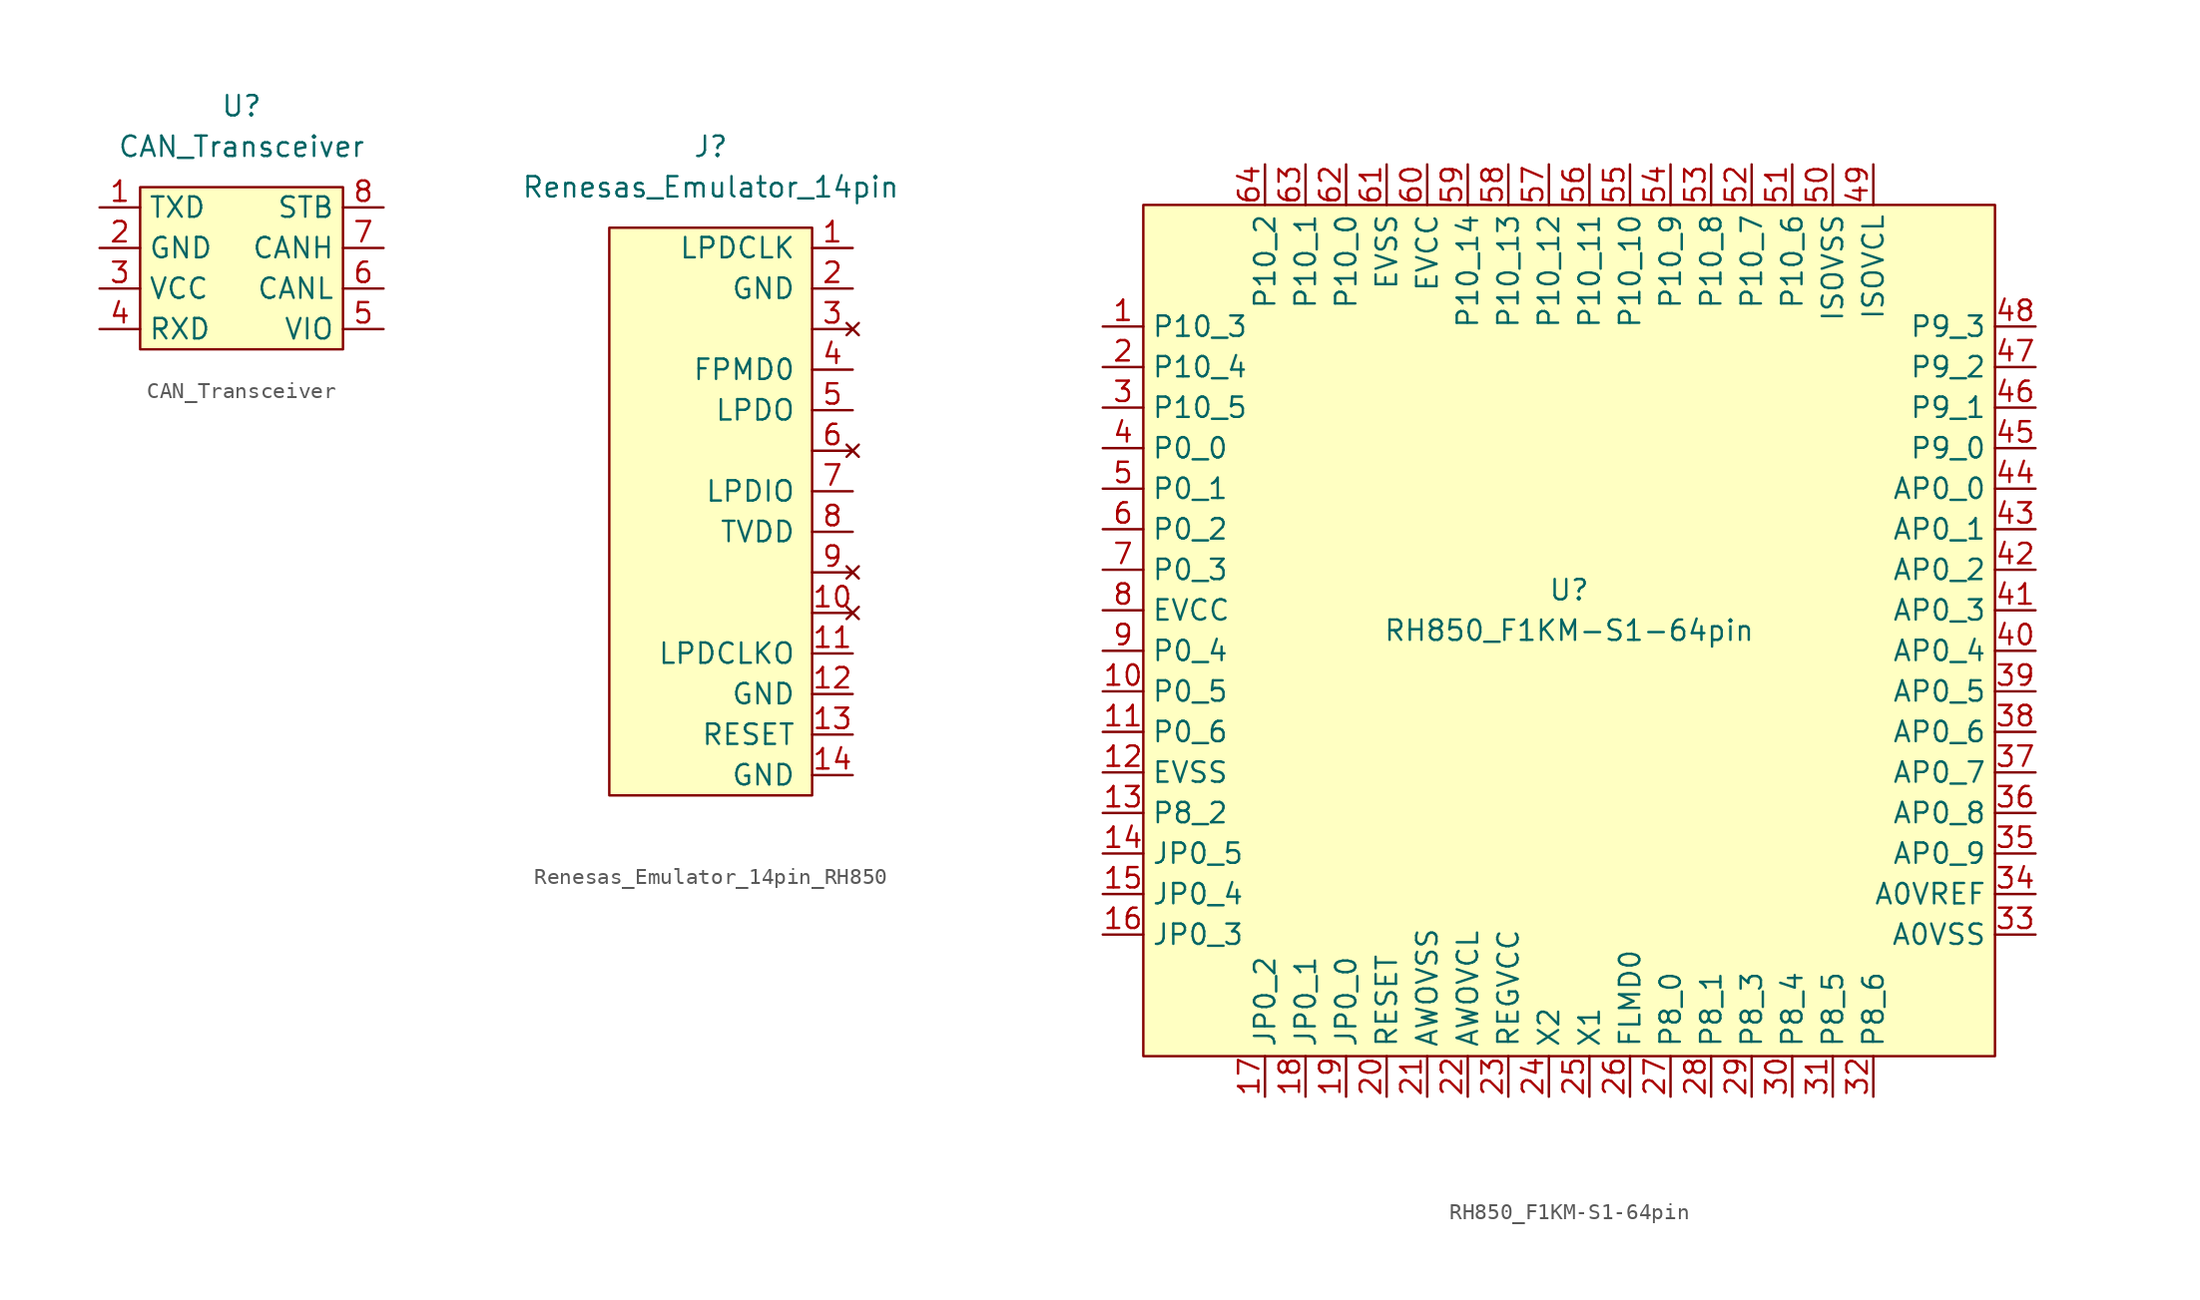
<source format=kicad_sym>
(kicad_symbol_lib
  (version 20220914)
  (generator kicad_symbol_editor)
  (symbol "CAN_Transceiver"
    (property "Reference" "U"
      (at 0 10.16 0)
      (effects (font (size 1.27 1.27))))
    (property "Value" "CAN_Transceiver"
      (at 0 7.62 0)
      (effects (font (size 1.27 1.27))))
    (symbol "CAN_Transceiver_0_0"
      (pin passive line (at -8.89 3.81 0) (length 2.54) (name "TXD" (effects (font (size 1.27 1.27)))) (number "1" (effects (font (size 1.27 1.27)))))
      (pin power_in line (at -8.89 1.27 0) (length 2.54) (name "GND" (effects (font (size 1.27 1.27)))) (number "2" (effects (font (size 1.27 1.27)))))
      (pin power_in line (at -8.89 -1.27 0) (length 2.54) (name "VCC" (effects (font (size 1.27 1.27)))) (number "3" (effects (font (size 1.27 1.27)))))
      (pin passive line (at -8.89 -3.81 0) (length 2.54) (name "RXD" (effects (font (size 1.27 1.27)))) (number "4" (effects (font (size 1.27 1.27)))))
      (pin power_in line (at 8.89 -3.81 180) (length 2.54) (name "VIO" (effects (font (size 1.27 1.27)))) (number "5" (effects (font (size 1.27 1.27)))))
      (pin passive line (at 8.89 -1.27 180) (length 2.54) (name "CANL" (effects (font (size 1.27 1.27)))) (number "6" (effects (font (size 1.27 1.27)))))
      (pin passive line (at 8.89 1.27 180) (length 2.54) (name "CANH" (effects (font (size 1.27 1.27)))) (number "7" (effects (font (size 1.27 1.27)))))
      (pin passive line (at 8.89 3.81 180) (length 2.54) (name "STB" (effects (font (size 1.27 1.27)))) (number "8" (effects (font (size 1.27 1.27))))))
    (symbol "CAN_Transceiver_1_1"
      (rectangle (start -6.35 5.08) (end 6.35 -5.08) (stroke (width 0) (type default)) (fill (type background)))))
  (symbol "Renesas_Emulator_14pin_RH850"
    (pin_names
      (offset 1.016))
    (property "Reference" "J"
      (at 0 22.86 0)
      (effects (font (size 1.27 1.27))))
    (property "Value" "Renesas_Emulator_14pin"
      (at 0 20.32 0)
      (effects (font (size 1.27 1.27))))
    (symbol "Renesas_Emulator_14pin_RH850_0_0"
      (pin passive line (at 8.89 16.51 180) (length 2.54) (name "LPDCLK" (effects (font (size 1.27 1.27)))) (number "1" (effects (font (size 1.27 1.27)))))
      (pin no_connect line (at 8.89 -6.35 180) (length 2.54) (name "" (effects (font (size 1.27 1.27)))) (number "10" (effects (font (size 1.27 1.27)))))
      (pin passive line (at 8.89 -8.89 180) (length 2.54) (name "LPDCLKO" (effects (font (size 1.27 1.27)))) (number "11" (effects (font (size 1.27 1.27)))))
      (pin power_in line (at 8.89 -11.43 180) (length 2.54) (name "GND" (effects (font (size 1.27 1.27)))) (number "12" (effects (font (size 1.27 1.27)))))
      (pin passive line (at 8.89 -13.97 180) (length 2.54) (name "RESET" (effects (font (size 1.27 1.27)))) (number "13" (effects (font (size 1.27 1.27)))))
      (pin power_in line (at 8.89 -16.51 180) (length 2.54) (name "GND" (effects (font (size 1.27 1.27)))) (number "14" (effects (font (size 1.27 1.27)))))
      (pin power_in line (at 8.89 13.97 180) (length 2.54) (name "GND" (effects (font (size 1.27 1.27)))) (number "2" (effects (font (size 1.27 1.27)))))
      (pin no_connect line (at 8.89 11.43 180) (length 2.54) (name "" (effects (font (size 1.27 1.27)))) (number "3" (effects (font (size 1.27 1.27)))))
      (pin passive line (at 8.89 8.89 180) (length 2.54) (name "FPMD0" (effects (font (size 1.27 1.27)))) (number "4" (effects (font (size 1.27 1.27)))))
      (pin passive line (at 8.89 6.35 180) (length 2.54) (name "LPDO" (effects (font (size 1.27 1.27)))) (number "5" (effects (font (size 1.27 1.27)))))
      (pin no_connect line (at 8.89 3.81 180) (length 2.54) (name "" (effects (font (size 1.27 1.27)))) (number "6" (effects (font (size 1.27 1.27)))))
      (pin passive line (at 8.89 1.27 180) (length 2.54) (name "LPDIO" (effects (font (size 1.27 1.27)))) (number "7" (effects (font (size 1.27 1.27)))))
      (pin power_in line (at 8.89 -1.27 180) (length 2.54) (name "TVDD" (effects (font (size 1.27 1.27)))) (number "8" (effects (font (size 1.27 1.27)))))
      (pin no_connect line (at 8.89 -3.81 180) (length 2.54) (name "" (effects (font (size 1.27 1.27)))) (number "9" (effects (font (size 1.27 1.27))))))
    (symbol "Renesas_Emulator_14pin_RH850_0_1"
      (rectangle (start 6.35 17.78) (end -6.35 -17.78) (stroke (width 0) (type default)) (fill (type background)))))
  (symbol "RH850_F1KM-S1-64pin"
    (property "Reference" "U"
      (at 0 2.54 0)
      (effects (font (size 1.27 1.27))))
    (property "Value" "RH850_F1KM-S1-64pin"
      (at 0 0 0)
      (effects (font (size 1.27 1.27))))
    (symbol "RH850_F1KM-S1-64pin_0_0"
      (pin passive line (at -29.21 19.05 0) (length 2.54) (name "P10_3" (effects (font (size 1.27 1.27)))) (number "1" (effects (font (size 1.27 1.27)))))
      (pin passive line (at -29.21 -3.81 0) (length 2.54) (name "P0_5" (effects (font (size 1.27 1.27)))) (number "10" (effects (font (size 1.27 1.27)))))
      (pin passive line (at -29.21 -6.35 0) (length 2.54) (name "P0_6" (effects (font (size 1.27 1.27)))) (number "11" (effects (font (size 1.27 1.27)))))
      (pin power_in line (at -29.21 -8.89 0) (length 2.54) (name "EVSS" (effects (font (size 1.27 1.27)))) (number "12" (effects (font (size 1.27 1.27)))))
      (pin passive line (at -29.21 -11.43 0) (length 2.54) (name "P8_2" (effects (font (size 1.27 1.27)))) (number "13" (effects (font (size 1.27 1.27)))))
      (pin passive line (at -29.21 -13.97 0) (length 2.54) (name "JP0_5" (effects (font (size 1.27 1.27)))) (number "14" (effects (font (size 1.27 1.27)))))
      (pin passive line (at -29.21 -16.51 0) (length 2.54) (name "JP0_4" (effects (font (size 1.27 1.27)))) (number "15" (effects (font (size 1.27 1.27)))))
      (pin passive line (at -29.21 -19.05 0) (length 2.54) (name "JP0_3" (effects (font (size 1.27 1.27)))) (number "16" (effects (font (size 1.27 1.27)))))
      (pin passive line (at -19.05 -29.21 90) (length 2.54) (name "JP0_2" (effects (font (size 1.27 1.27)))) (number "17" (effects (font (size 1.27 1.27)))))
      (pin passive line (at -16.51 -29.21 90) (length 2.54) (name "JP0_1" (effects (font (size 1.27 1.27)))) (number "18" (effects (font (size 1.27 1.27)))))
      (pin passive line (at -13.97 -29.21 90) (length 2.54) (name "JP0_0" (effects (font (size 1.27 1.27)))) (number "19" (effects (font (size 1.27 1.27)))))
      (pin passive line (at -29.21 16.51 0) (length 2.54) (name "P10_4" (effects (font (size 1.27 1.27)))) (number "2" (effects (font (size 1.27 1.27)))))
      (pin passive line (at -11.43 -29.21 90) (length 2.54) (name "RESET" (effects (font (size 1.27 1.27)))) (number "20" (effects (font (size 1.27 1.27)))))
      (pin power_in line (at -8.89 -29.21 90) (length 2.54) (name "AWOVSS" (effects (font (size 1.27 1.27)))) (number "21" (effects (font (size 1.27 1.27)))))
      (pin passive line (at -6.35 -29.21 90) (length 2.54) (name "AWOVCL" (effects (font (size 1.27 1.27)))) (number "22" (effects (font (size 1.27 1.27)))))
      (pin power_in line (at -3.81 -29.21 90) (length 2.54) (name "REGVCC" (effects (font (size 1.27 1.27)))) (number "23" (effects (font (size 1.27 1.27)))))
      (pin passive line (at -1.27 -29.21 90) (length 2.54) (name "X2" (effects (font (size 1.27 1.27)))) (number "24" (effects (font (size 1.27 1.27)))))
      (pin passive line (at 1.27 -29.21 90) (length 2.54) (name "X1" (effects (font (size 1.27 1.27)))) (number "25" (effects (font (size 1.27 1.27)))))
      (pin passive line (at 3.81 -29.21 90) (length 2.54) (name "FLMD0" (effects (font (size 1.27 1.27)))) (number "26" (effects (font (size 1.27 1.27)))))
      (pin passive line (at 6.35 -29.21 90) (length 2.54) (name "P8_0" (effects (font (size 1.27 1.27)))) (number "27" (effects (font (size 1.27 1.27)))))
      (pin passive line (at 8.89 -29.21 90) (length 2.54) (name "P8_1" (effects (font (size 1.27 1.27)))) (number "28" (effects (font (size 1.27 1.27)))))
      (pin passive line (at 11.43 -29.21 90) (length 2.54) (name "P8_3" (effects (font (size 1.27 1.27)))) (number "29" (effects (font (size 1.27 1.27)))))
      (pin passive line (at -29.21 13.97 0) (length 2.54) (name "P10_5" (effects (font (size 1.27 1.27)))) (number "3" (effects (font (size 1.27 1.27)))))
      (pin passive line (at 13.97 -29.21 90) (length 2.54) (name "P8_4" (effects (font (size 1.27 1.27)))) (number "30" (effects (font (size 1.27 1.27)))))
      (pin passive line (at 16.51 -29.21 90) (length 2.54) (name "P8_5" (effects (font (size 1.27 1.27)))) (number "31" (effects (font (size 1.27 1.27)))))
      (pin passive line (at 19.05 -29.21 90) (length 2.54) (name "P8_6" (effects (font (size 1.27 1.27)))) (number "32" (effects (font (size 1.27 1.27)))))
      (pin power_in line (at 29.21 -19.05 180) (length 2.54) (name "A0VSS" (effects (font (size 1.27 1.27)))) (number "33" (effects (font (size 1.27 1.27)))))
      (pin power_in line (at 29.21 -16.51 180) (length 2.54) (name "A0VREF" (effects (font (size 1.27 1.27)))) (number "34" (effects (font (size 1.27 1.27)))))
      (pin passive line (at 29.21 -13.97 180) (length 2.54) (name "AP0_9" (effects (font (size 1.27 1.27)))) (number "35" (effects (font (size 1.27 1.27)))))
      (pin passive line (at 29.21 -11.43 180) (length 2.54) (name "AP0_8" (effects (font (size 1.27 1.27)))) (number "36" (effects (font (size 1.27 1.27)))))
      (pin passive line (at 29.21 -8.89 180) (length 2.54) (name "AP0_7" (effects (font (size 1.27 1.27)))) (number "37" (effects (font (size 1.27 1.27)))))
      (pin passive line (at 29.21 -6.35 180) (length 2.54) (name "AP0_6" (effects (font (size 1.27 1.27)))) (number "38" (effects (font (size 1.27 1.27)))))
      (pin passive line (at 29.21 -3.81 180) (length 2.54) (name "AP0_5" (effects (font (size 1.27 1.27)))) (number "39" (effects (font (size 1.27 1.27)))))
      (pin passive line (at -29.21 11.43 0) (length 2.54) (name "P0_0" (effects (font (size 1.27 1.27)))) (number "4" (effects (font (size 1.27 1.27)))))
      (pin passive line (at 29.21 -1.27 180) (length 2.54) (name "AP0_4" (effects (font (size 1.27 1.27)))) (number "40" (effects (font (size 1.27 1.27)))))
      (pin passive line (at 29.21 1.27 180) (length 2.54) (name "AP0_3" (effects (font (size 1.27 1.27)))) (number "41" (effects (font (size 1.27 1.27)))))
      (pin passive line (at 29.21 3.81 180) (length 2.54) (name "AP0_2" (effects (font (size 1.27 1.27)))) (number "42" (effects (font (size 1.27 1.27)))))
      (pin passive line (at 29.21 6.35 180) (length 2.54) (name "AP0_1" (effects (font (size 1.27 1.27)))) (number "43" (effects (font (size 1.27 1.27)))))
      (pin passive line (at 29.21 8.89 180) (length 2.54) (name "AP0_0" (effects (font (size 1.27 1.27)))) (number "44" (effects (font (size 1.27 1.27)))))
      (pin passive line (at 29.21 11.43 180) (length 2.54) (name "P9_0" (effects (font (size 1.27 1.27)))) (number "45" (effects (font (size 1.27 1.27)))))
      (pin passive line (at 29.21 13.97 180) (length 2.54) (name "P9_1" (effects (font (size 1.27 1.27)))) (number "46" (effects (font (size 1.27 1.27)))))
      (pin passive line (at 29.21 16.51 180) (length 2.54) (name "P9_2" (effects (font (size 1.27 1.27)))) (number "47" (effects (font (size 1.27 1.27)))))
      (pin passive line (at 29.21 19.05 180) (length 2.54) (name "P9_3" (effects (font (size 1.27 1.27)))) (number "48" (effects (font (size 1.27 1.27)))))
      (pin passive line (at 19.05 29.21 270) (length 2.54) (name "ISOVCL" (effects (font (size 1.27 1.27)))) (number "49" (effects (font (size 1.27 1.27)))))
      (pin passive line (at -29.21 8.89 0) (length 2.54) (name "P0_1" (effects (font (size 1.27 1.27)))) (number "5" (effects (font (size 1.27 1.27)))))
      (pin power_in line (at 16.51 29.21 270) (length 2.54) (name "ISOVSS" (effects (font (size 1.27 1.27)))) (number "50" (effects (font (size 1.27 1.27)))))
      (pin passive line (at 13.97 29.21 270) (length 2.54) (name "P10_6" (effects (font (size 1.27 1.27)))) (number "51" (effects (font (size 1.27 1.27)))))
      (pin passive line (at 11.43 29.21 270) (length 2.54) (name "P10_7" (effects (font (size 1.27 1.27)))) (number "52" (effects (font (size 1.27 1.27)))))
      (pin passive line (at 8.89 29.21 270) (length 2.54) (name "P10_8" (effects (font (size 1.27 1.27)))) (number "53" (effects (font (size 1.27 1.27)))))
      (pin passive line (at 6.35 29.21 270) (length 2.54) (name "P10_9" (effects (font (size 1.27 1.27)))) (number "54" (effects (font (size 1.27 1.27)))))
      (pin passive line (at 3.81 29.21 270) (length 2.54) (name "P10_10" (effects (font (size 1.27 1.27)))) (number "55" (effects (font (size 1.27 1.27)))))
      (pin passive line (at 1.27 29.21 270) (length 2.54) (name "P10_11" (effects (font (size 1.27 1.27)))) (number "56" (effects (font (size 1.27 1.27)))))
      (pin passive line (at -1.27 29.21 270) (length 2.54) (name "P10_12" (effects (font (size 1.27 1.27)))) (number "57" (effects (font (size 1.27 1.27)))))
      (pin passive line (at -3.81 29.21 270) (length 2.54) (name "P10_13" (effects (font (size 1.27 1.27)))) (number "58" (effects (font (size 1.27 1.27)))))
      (pin passive line (at -6.35 29.21 270) (length 2.54) (name "P10_14" (effects (font (size 1.27 1.27)))) (number "59" (effects (font (size 1.27 1.27)))))
      (pin passive line (at -29.21 6.35 0) (length 2.54) (name "P0_2" (effects (font (size 1.27 1.27)))) (number "6" (effects (font (size 1.27 1.27)))))
      (pin power_in line (at -8.89 29.21 270) (length 2.54) (name "EVCC" (effects (font (size 1.27 1.27)))) (number "60" (effects (font (size 1.27 1.27)))))
      (pin power_in line (at -11.43 29.21 270) (length 2.54) (name "EVSS" (effects (font (size 1.27 1.27)))) (number "61" (effects (font (size 1.27 1.27)))))
      (pin passive line (at -13.97 29.21 270) (length 2.54) (name "P10_0" (effects (font (size 1.27 1.27)))) (number "62" (effects (font (size 1.27 1.27)))))
      (pin passive line (at -16.51 29.21 270) (length 2.54) (name "P10_1" (effects (font (size 1.27 1.27)))) (number "63" (effects (font (size 1.27 1.27)))))
      (pin passive line (at -19.05 29.21 270) (length 2.54) (name "P10_2" (effects (font (size 1.27 1.27)))) (number "64" (effects (font (size 1.27 1.27)))))
      (pin passive line (at -29.21 3.81 0) (length 2.54) (name "P0_3" (effects (font (size 1.27 1.27)))) (number "7" (effects (font (size 1.27 1.27)))))
      (pin power_in line (at -29.21 1.27 0) (length 2.54) (name "EVCC" (effects (font (size 1.27 1.27)))) (number "8" (effects (font (size 1.27 1.27)))))
      (pin passive line (at -29.21 -1.27 0) (length 2.54) (name "P0_4" (effects (font (size 1.27 1.27)))) (number "9" (effects (font (size 1.27 1.27))))))
    (symbol "RH850_F1KM-S1-64pin_1_1"
      (rectangle (start -26.67 26.67) (end 26.67 -26.67) (stroke (width 0) (type default)) (fill (type background))))))
</source>
